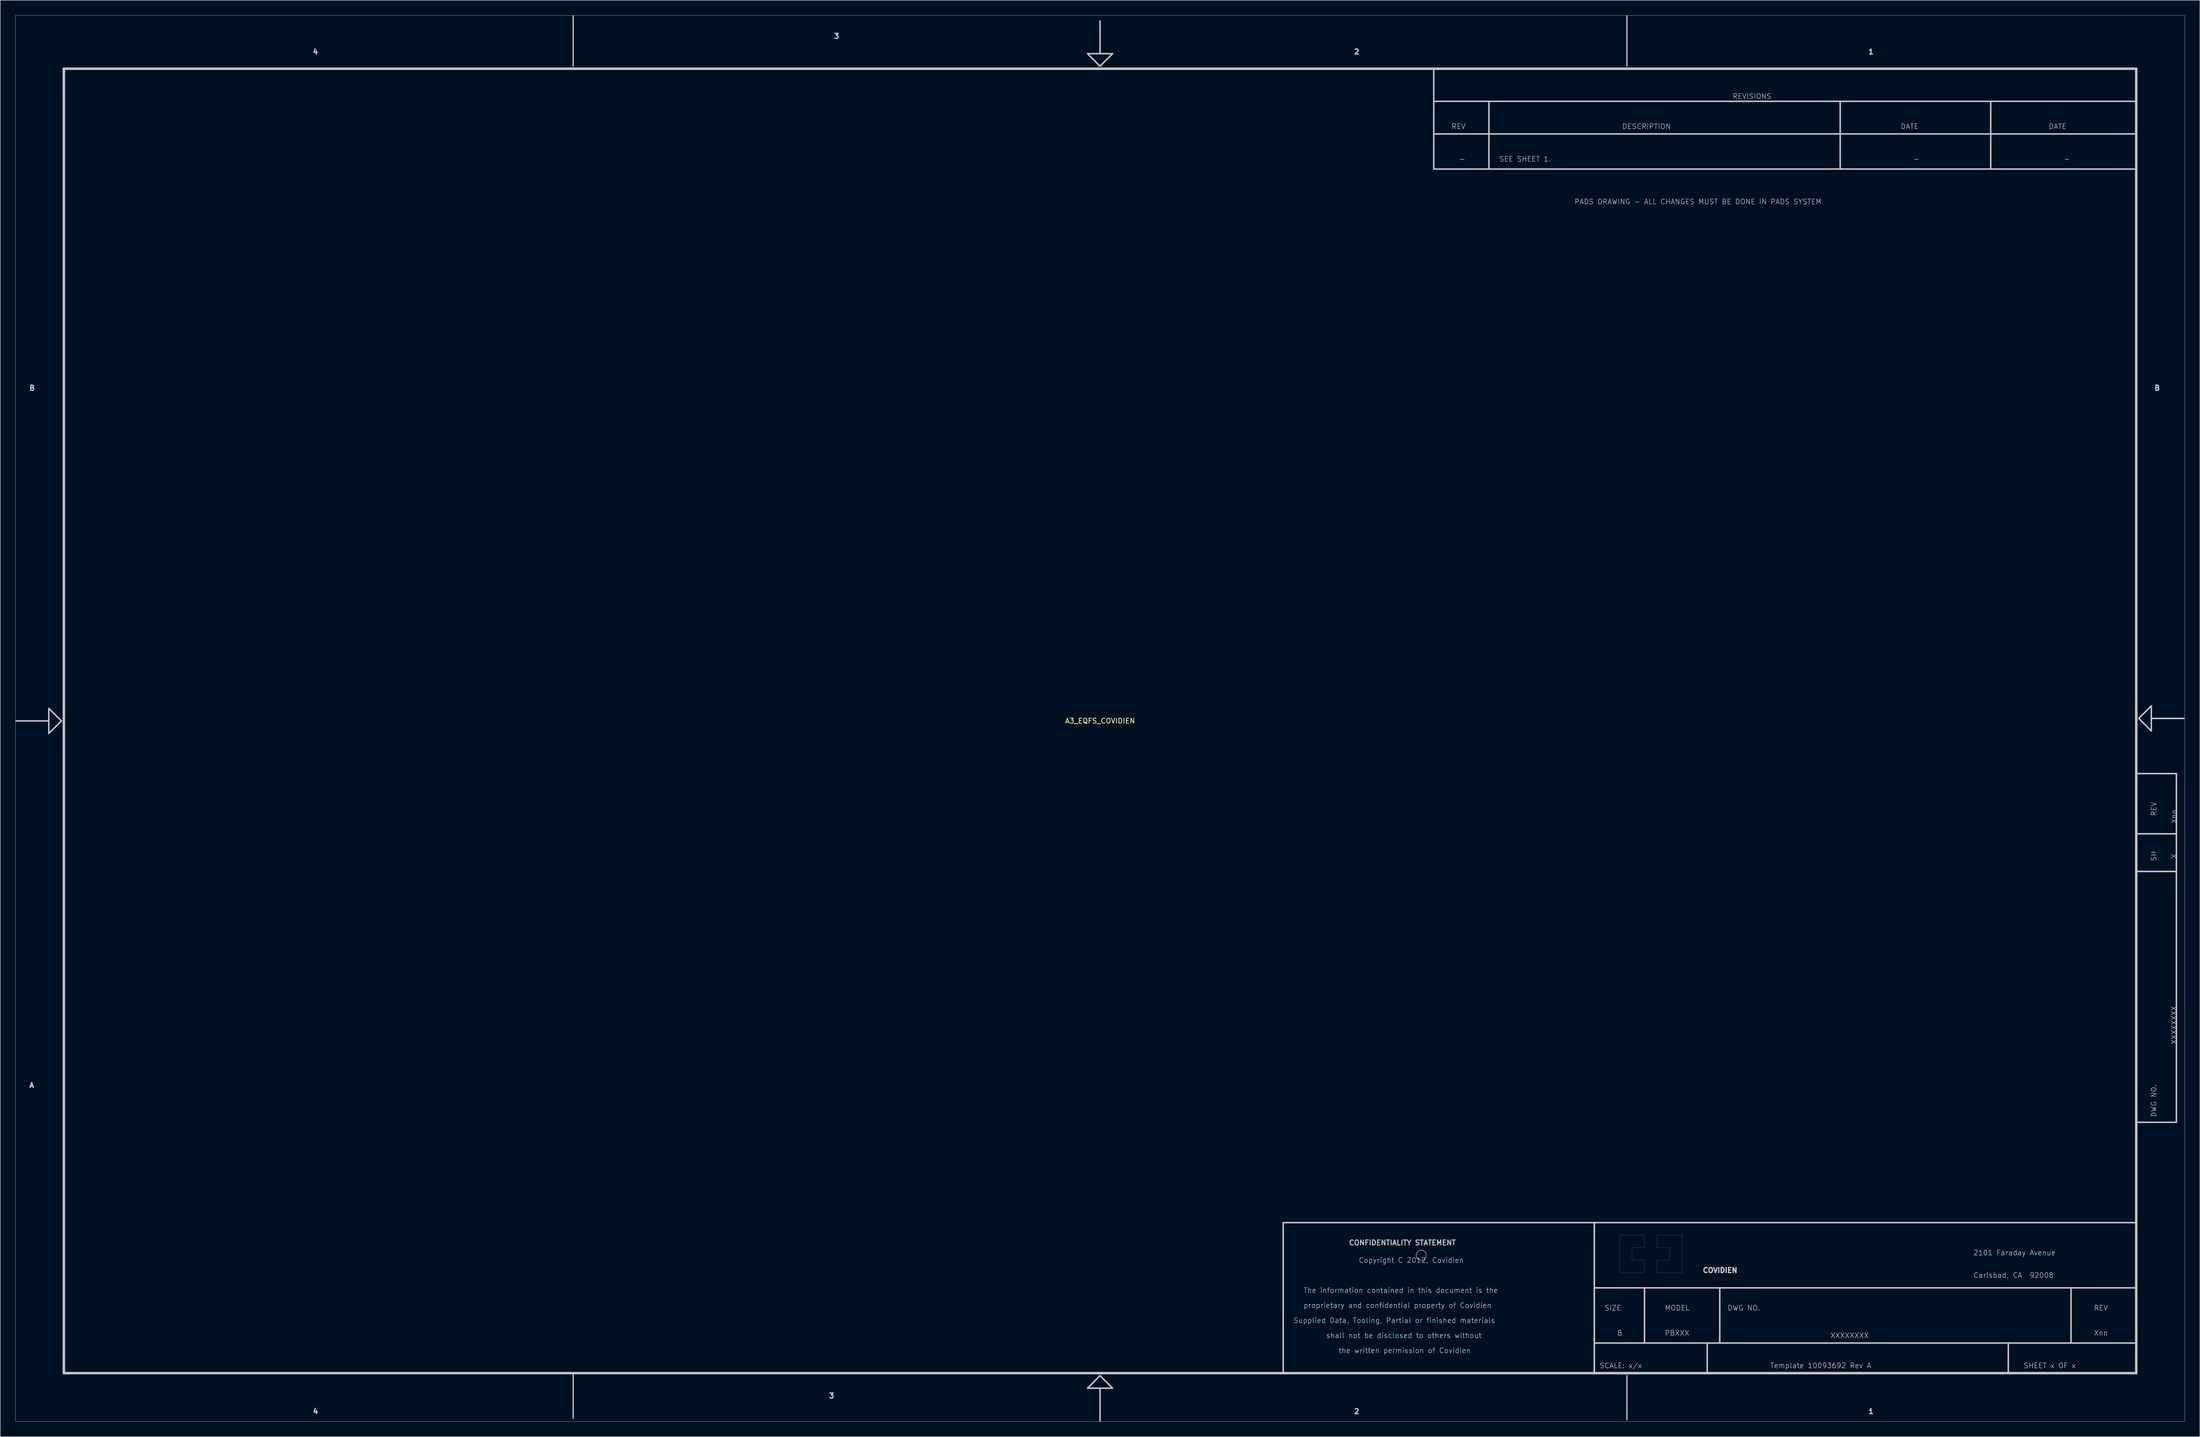
<source format=kicad_pcb>
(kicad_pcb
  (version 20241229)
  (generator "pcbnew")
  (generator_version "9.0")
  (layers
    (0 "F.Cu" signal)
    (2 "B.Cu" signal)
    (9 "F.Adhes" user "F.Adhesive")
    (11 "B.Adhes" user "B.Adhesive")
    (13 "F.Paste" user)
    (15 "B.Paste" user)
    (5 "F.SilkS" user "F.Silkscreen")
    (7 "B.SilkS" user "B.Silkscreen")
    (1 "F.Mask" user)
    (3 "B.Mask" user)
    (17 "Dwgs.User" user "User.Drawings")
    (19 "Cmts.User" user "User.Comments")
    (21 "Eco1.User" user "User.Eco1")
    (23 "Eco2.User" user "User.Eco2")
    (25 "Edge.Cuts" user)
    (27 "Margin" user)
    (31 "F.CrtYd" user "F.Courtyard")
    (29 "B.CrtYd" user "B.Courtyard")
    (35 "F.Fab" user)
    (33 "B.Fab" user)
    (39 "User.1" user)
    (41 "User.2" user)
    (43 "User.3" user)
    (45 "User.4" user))
  (footprint "A3_EQFS_COVIDIEN"
    (placed yes)
    (layer "F.Cu")
    (at 216.175 140.645)
    (property "Reference" "A3_EQFS_COVIDIEN" (at 0 0 0) (layer "F.SilkS") (effects (font (size 1 1) (thickness 0.15))))
    (attr through_hole)
    (fp_line (start -216.15 -140.62) (end 216.15 -140.62) (stroke (width 0.05) (type solid)) (layer "Dwgs.User"))
    (fp_line (start -216.15 139.65) (end -216.15 -140.62) (stroke (width 0.05) (type solid)) (layer "Dwgs.User"))
    (fp_line (start -216 0) (end -209.5 0) (stroke (width 0.3) (type solid)) (layer "Dwgs.User"))
    (fp_line (start -209.5 -2.5) (end -209.5 2.5) (stroke (width 0.3) (type solid)) (layer "Dwgs.User"))
    (fp_line (start -209.5 2.5) (end -207 0) (stroke (width 0.3) (type solid)) (layer "Dwgs.User"))
    (fp_line (start -207 0) (end -209.5 -2.5) (stroke (width 0.3) (type solid)) (layer "Dwgs.User"))
    (fp_line (start -206.5 -130) (end 206.5 -130) (stroke (width 0.5) (type solid)) (layer "Dwgs.User"))
    (fp_line (start -206.5 130) (end -206.5 -130) (stroke (width 0.5) (type solid)) (layer "Dwgs.User"))
    (fp_line (start -105 -140.495) (end -105 -130.5) (stroke (width 0.25) (type solid)) (layer "Dwgs.User"))
    (fp_line (start -105 139) (end -105 130.199) (stroke (width 0.25) (type solid)) (layer "Dwgs.User"))
    (fp_line (start -2.5 -133) (end 0 -130.5) (stroke (width 0.3) (type solid)) (layer "Dwgs.User"))
    (fp_line (start -2.5 133) (end 2.5 133) (stroke (width 0.3) (type solid)) (layer "Dwgs.User"))
    (fp_line (start 0 -139.5) (end 0 -133) (stroke (width 0.3) (type solid)) (layer "Dwgs.User"))
    (fp_line (start 0 -130.5) (end 2.5 -133) (stroke (width 0.3) (type solid)) (layer "Dwgs.User"))
    (fp_line (start 0 130.5) (end -2.5 133) (stroke (width 0.3) (type solid)) (layer "Dwgs.User"))
    (fp_line (start 0 139.5) (end 0 133) (stroke (width 0.3) (type solid)) (layer "Dwgs.User"))
    (fp_line (start 2.5 -133) (end -2.5 -133) (stroke (width 0.3) (type solid)) (layer "Dwgs.User"))
    (fp_line (start 2.5 133) (end 0 130.5) (stroke (width 0.3) (type solid)) (layer "Dwgs.User"))
    (fp_line (start 36.5 100) (end 36.5 130) (stroke (width 0.3) (type solid)) (layer "Dwgs.User"))
    (fp_line (start 36.5 130) (end 98.5 130) (stroke (width 0.3) (type solid)) (layer "Dwgs.User"))
    (fp_line (start 66.5 -130) (end 206.5 -130) (stroke (width 0.3) (type solid)) (layer "Dwgs.User"))
    (fp_line (start 66.5 -123.5) (end 206.5 -123.5) (stroke (width 0.3) (type solid)) (layer "Dwgs.User"))
    (fp_line (start 66.5 -117) (end 206.5 -117) (stroke (width 0.3) (type solid)) (layer "Dwgs.User"))
    (fp_line (start 66.5 -110) (end 66.5 -130) (stroke (width 0.3) (type solid)) (layer "Dwgs.User"))
    (fp_line (start 77.5 -123.5) (end 77.5 -110) (stroke (width 0.3) (type solid)) (layer "Dwgs.User"))
    (fp_line (start 98.5 100) (end 36.5 100) (stroke (width 0.3) (type solid)) (layer "Dwgs.User"))
    (fp_line (start 98.5 100) (end 206.5 100) (stroke (width 0.3) (type solid)) (layer "Dwgs.User"))
    (fp_line (start 98.5 113) (end 206.5 113) (stroke (width 0.3) (type solid)) (layer "Dwgs.User"))
    (fp_line (start 98.5 124) (end 206.5 124) (stroke (width 0.3) (type solid)) (layer "Dwgs.User"))
    (fp_line (start 98.5 130) (end 98.5 100) (stroke (width 0.3) (type solid)) (layer "Dwgs.User"))
    (fp_line (start 98.5 130) (end 98.5 100) (stroke (width 0.3) (type solid)) (layer "Dwgs.User"))
    (fp_line (start 105 -140.495) (end 105 -130.5) (stroke (width 0.25) (type solid)) (layer "Dwgs.User"))
    (fp_line (start 105 139.301) (end 105 130.5) (stroke (width 0.25) (type solid)) (layer "Dwgs.User"))
    (fp_line (start 108.5 113) (end 108.5 124) (stroke (width 0.3) (type solid)) (layer "Dwgs.User"))
    (fp_line (start 121 124) (end 121 130) (stroke (width 0.3) (type solid)) (layer "Dwgs.User"))
    (fp_line (start 123.5 113) (end 123.5 124) (stroke (width 0.3) (type solid)) (layer "Dwgs.User"))
    (fp_line (start 147.5 -123.5) (end 147.5 -110) (stroke (width 0.3) (type solid)) (layer "Dwgs.User"))
    (fp_line (start 177.5 -123.5) (end 177.5 -110) (stroke (width 0.3) (type solid)) (layer "Dwgs.User"))
    (fp_line (start 181 124) (end 181 130) (stroke (width 0.3) (type solid)) (layer "Dwgs.User"))
    (fp_line (start 193.5 113) (end 193.5 124) (stroke (width 0.3) (type solid)) (layer "Dwgs.User"))
    (fp_line (start 206.5 -130) (end 206.5 -110) (stroke (width 0.3) (type solid)) (layer "Dwgs.User"))
    (fp_line (start 206.5 -130) (end 206.5 130) (stroke (width 0.5) (type solid)) (layer "Dwgs.User"))
    (fp_line (start 206.5 -110) (end 66.5 -110) (stroke (width 0.3) (type solid)) (layer "Dwgs.User"))
    (fp_line (start 206.5 10.5) (end 206.5 80) (stroke (width 0.3) (type solid)) (layer "Dwgs.User"))
    (fp_line (start 206.5 22.5) (end 214.5 22.5) (stroke (width 0.3) (type solid)) (layer "Dwgs.User"))
    (fp_line (start 206.5 30) (end 214.5 30) (stroke (width 0.3) (type solid)) (layer "Dwgs.User"))
    (fp_line (start 206.5 80) (end 214.5 80) (stroke (width 0.3) (type solid)) (layer "Dwgs.User"))
    (fp_line (start 206.5 130) (end -206.5 130) (stroke (width 0.5) (type solid)) (layer "Dwgs.User"))
    (fp_line (start 207 -0.5) (end 209.5 2) (stroke (width 0.3) (type solid)) (layer "Dwgs.User"))
    (fp_line (start 209.5 -3) (end 207 -0.5) (stroke (width 0.3) (type solid)) (layer "Dwgs.User"))
    (fp_line (start 209.5 2) (end 209.5 -3) (stroke (width 0.3) (type solid)) (layer "Dwgs.User"))
    (fp_line (start 214.5 10.5) (end 206.5 10.5) (stroke (width 0.3) (type solid)) (layer "Dwgs.User"))
    (fp_line (start 214.5 22.5) (end 206.5 22.5) (stroke (width 0.3) (type solid)) (layer "Dwgs.User"))
    (fp_line (start 214.5 30) (end 206.5 30) (stroke (width 0.3) (type solid)) (layer "Dwgs.User"))
    (fp_line (start 214.5 80) (end 214.5 10.5) (stroke (width 0.3) (type solid)) (layer "Dwgs.User"))
    (fp_line (start 216 -0.5) (end 209.5 -0.5) (stroke (width 0.3) (type solid)) (layer "Dwgs.User"))
    (fp_line (start 216.15 -140.62) (end 216.15 139.65) (stroke (width 0.05) (type solid)) (layer "Dwgs.User"))
    (fp_line (start 216.15 139.65) (end -216.15 139.65) (stroke (width 0.05) (type solid)) (layer "Dwgs.User"))
    (fp_arc (start 65 106.5) (mid 63 106.5) (end 65 106.5) (stroke (width 0.1) (type solid)) (layer "Dwgs.User"))
    (fp_poly (pts (xy 103.5 110) (xy 103.5 102.5) (xy 108.5 102.5) (xy 108.5 105) (xy 106 105) (xy 106 107.5) (xy 108.5 107.5) (xy 108.5 110)) (stroke (width 0.02) (type solid)) (fill no) (layer "Dwgs.User"))
    (fp_poly (pts (xy 116 102.5) (xy 116 110) (xy 111 110) (xy 111 107.5) (xy 113.5 107.5) (xy 113.5 105) (xy 111 105) (xy 111 102.5)) (stroke (width 0.02) (type solid)) (fill no) (layer "Dwgs.User"))
    (fp_text user "1" (at 153.002 -133.375 0) (layer "Dwgs.User") (effects (font (size 1 1) (thickness 0.508)) (justify left)))
    (fp_text user "XXXXXXXX" (at 214 64.5 270) (layer "Dwgs.User") (effects (font (size 1 1) (thickness 0.1)) (justify left)))
    (fp_text user "3" (at -52.5 -136.5 0) (layer "Dwgs.User") (effects (font (size 1 1) (thickness 0.508))))
    (fp_text user "2101 Faraday Avenue" (at 174 106 0) (layer "Dwgs.User") (effects (font (size 1 1) (thickness 0.1)) (justify left)))
    (fp_text user "Carlsbad, CA  92008" (at 174 110.5 0) (layer "Dwgs.User") (effects (font (size 1 1) (thickness 0.1)) (justify left)))
    (fp_text user "A" (at -213.498 72.625 0) (layer "Dwgs.User") (effects (font (size 1 1) (thickness 0.508)) (justify left)))
    (fp_text user "REV" (at 70 -118.5 0) (layer "Dwgs.User") (effects (font (size 1 1) (thickness 0.1)) (justify left)))
    (fp_text user "proprietary and confidential property of Covidien" (at 40.5 116.5 0) (layer "Dwgs.User") (effects (font (size 1 1) (thickness 0.1)) (justify left)))
    (fp_text user "Xnn" (at 214 20.5 270) (layer "Dwgs.User") (effects (font (size 1 1) (thickness 0.1)) (justify left)))
    (fp_text user "PBXXX" (at 112.5 122 0) (layer "Dwgs.User") (effects (font (size 1 1) (thickness 0.1)) (justify left)))
    (fp_text user "X" (at 214 27.5 270) (layer "Dwgs.User") (effects (font (size 1 1) (thickness 0.1)) (justify left)))
    (fp_text user "DWG NO." (at 125 117 0) (layer "Dwgs.User") (effects (font (size 1 1) (thickness 0.1)) (justify left)))
    (fp_text user "1" (at 153.002 137.625 0) (layer "Dwgs.User") (effects (font (size 1 1) (thickness 0.508)) (justify left)))
    (fp_text user "2" (at 50.502 -133.375 0) (layer "Dwgs.User") (effects (font (size 1 1) (thickness 0.508)) (justify left)))
    (fp_text user "3" (at -53.5 134.5 0) (layer "Dwgs.User") (effects (font (size 1 1) (thickness 0.508))))
    (fp_text user "REV" (at 198 117 0) (layer "Dwgs.User") (effects (font (size 1 1) (thickness 0.1)) (justify left)))
    (fp_text user "SCALE: x/x" (at 99.5 128.5 0) (layer "Dwgs.User") (effects (font (size 1 1) (thickness 0.1)) (justify left)))
    (fp_text user "XXXXXXXX" (at 145.5 122.5 0) (layer "Dwgs.User") (effects (font (size 1 1) (thickness 0.1)) (justify left)))
    (fp_text user "B" (at 210.002 -66.375 0) (layer "Dwgs.User") (effects (font (size 1 1) (thickness 0.508)) (justify left)))
    (fp_text user "Supplied Data, Tooling, Partial or finished materials" (at 38.5 119.5 0) (layer "Dwgs.User") (effects (font (size 1 1) (thickness 0.1)) (justify left)))
    (fp_text user "the written permission of Covidien" (at 47.5 125.5 0) (layer "Dwgs.User") (effects (font (size 1 1) (thickness 0.1)) (justify left)))
    (fp_text user "REVISIONS" (at 126 -124.5 0) (layer "Dwgs.User") (effects (font (size 1 1) (thickness 0.1)) (justify left)))
    (fp_text user "CONFIDENTIALITY STATEMENT" (at 49.5 104 0) (layer "Dwgs.User") (effects (font (size 1 1) (thickness 0.2)) (justify left)))
    (fp_text user "COVIDIEN" (at 120 109.5 0) (layer "Dwgs.User") (effects (font (size 1 1) (thickness 0.3)) (justify left)))
    (fp_text user "B" (at 103 122 0) (layer "Dwgs.User") (effects (font (size 1 1) (thickness 0.1)) (justify left)))
    (fp_text user "PADS DRAWING - ALL CHANGES MUST BE DONE IN PADS SYSTEM" (at 94.5 -103.5 0) (layer "Dwgs.User") (effects (font (size 1 1) (thickness 0.1)) (justify left)))
    (fp_text user "The information contained in this document is the" (at 40.5 113.5 0) (layer "Dwgs.User") (effects (font (size 1 1) (thickness 0.1)) (justify left)))
    (fp_text user "SEE SHEET 1." (at 79.5 -112 0) (layer "Dwgs.User") (effects (font (size 1 1) (thickness 0.1)) (justify left)))
    (fp_text user "DWG NO." (at 210 79 270) (layer "Dwgs.User") (effects (font (size 1 1) (thickness 0.1)) (justify left)))
    (fp_text user "SH" (at 210 28 270) (layer "Dwgs.User") (effects (font (size 1 1) (thickness 0.1)) (justify left)))
    (fp_text user "SHEET x OF x" (at 184 128.5 0) (layer "Dwgs.User") (effects (font (size 1 1) (thickness 0.1)) (justify left)))
    (fp_text user "-" (at 192 -112 0) (layer "Dwgs.User") (effects (font (size 1 1) (thickness 0.1)) (justify left)))
    (fp_text user "4" (at -156.998 -133.375 0) (layer "Dwgs.User") (effects (font (size 1 1) (thickness 0.508)) (justify left)))
    (fp_text user "shall not be disclosed to others without" (at 45 122.5 0) (layer "Dwgs.User") (effects (font (size 1 1) (thickness 0.1)) (justify left)))
    (fp_text user "DATE" (at 159.5 -118.5 0) (layer "Dwgs.User") (effects (font (size 1 1) (thickness 0.1)) (justify left)))
    (fp_text user "-" (at 162 -112 0) (layer "Dwgs.User") (effects (font (size 1 1) (thickness 0.1)) (justify left)))
    (fp_text user "Xnn" (at 198 122 0) (layer "Dwgs.User") (effects (font (size 1 1) (thickness 0.1)) (justify left)))
    (fp_text user "REV" (at 210 19 270) (layer "Dwgs.User") (effects (font (size 1 1) (thickness 0.1)) (justify left)))
    (fp_text user "DESCRIPTION" (at 104 -118.5 0) (layer "Dwgs.User") (effects (font (size 1 1) (thickness 0.1)) (justify left)))
    (fp_text user "-" (at 71.5 -112 0) (layer "Dwgs.User") (effects (font (size 1 1) (thickness 0.1)) (justify left)))
    (fp_text user "Copyright C 2012, Covidien" (at 51.5 107.5 0) (layer "Dwgs.User") (effects (font (size 1 1) (thickness 0.1)) (justify left)))
    (fp_text user "Template 10093692 Rev A " (at 133.5 128.5 0) (layer "Dwgs.User") (effects (font (size 1 1) (thickness 0.1)) (justify left)))
    (fp_text user "MODEL" (at 112.5 117 0) (layer "Dwgs.User") (effects (font (size 1 1) (thickness 0.1)) (justify left)))
    (fp_text user "DATE" (at 189 -118.5 0) (layer "Dwgs.User") (effects (font (size 1 1) (thickness 0.1)) (justify left)))
    (fp_text user "B" (at -213.498 -66.375 0) (layer "Dwgs.User") (effects (font (size 1 1) (thickness 0.508)) (justify left)))
    (fp_text user "2" (at 50.502 137.625 0) (layer "Dwgs.User") (effects (font (size 1 1) (thickness 0.508)) (justify left)))
    (fp_text user "4" (at -156.998 137.625 0) (layer "Dwgs.User") (effects (font (size 1 1) (thickness 0.508)) (justify left)))
    (fp_text user "SIZE" (at 100.5 117 0) (layer "Dwgs.User") (effects (font (size 1 1) (thickness 0.1)) (justify left))))
  (gr_rect
    (start -3 -3)
    (end 435.35 283.32)
    (stroke (width 0.1) (type default))
    (fill no)
    (layer "Edge.Cuts")))
</source>
